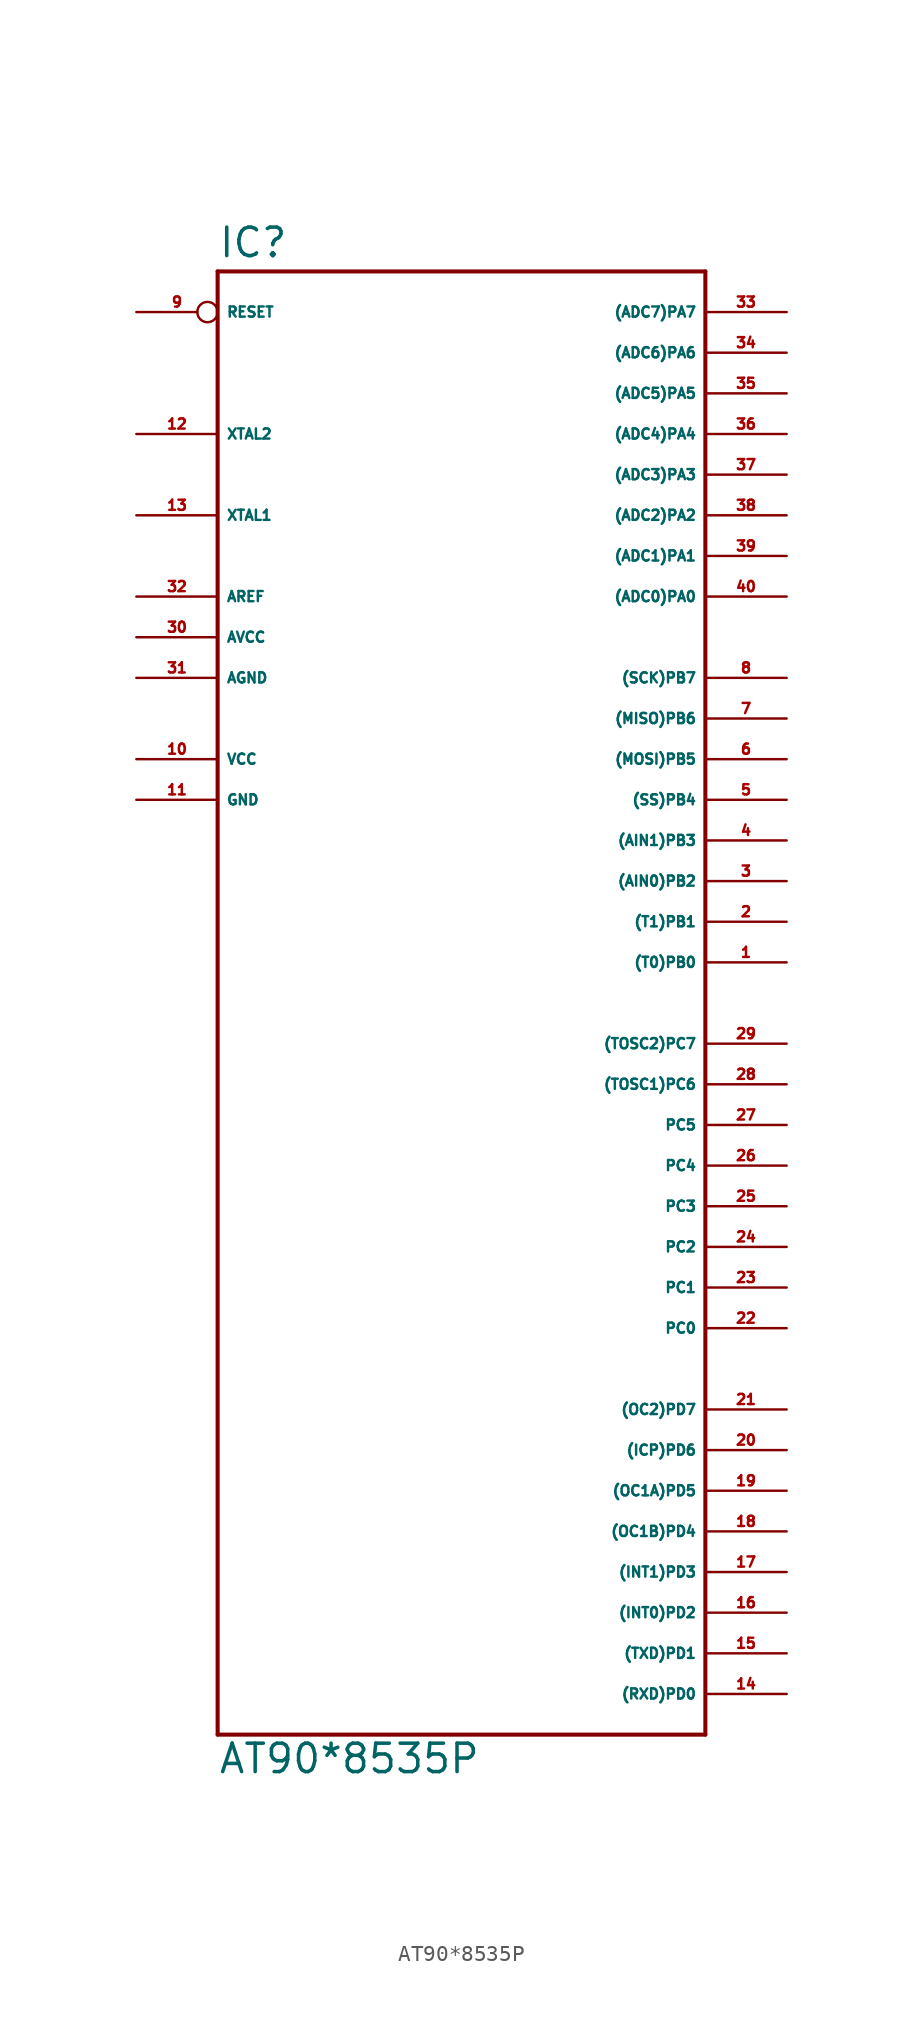
<source format=kicad_sym>
(kicad_symbol_lib
  (version 20220914)
  (generator Eagle2Kicad)
  (symbol "AT90*8535P"
    (property "Reference" "IC"
      (at -15.24 46.482 0)
      (effects (font (size 1.778 1.778) (thickness 0.22)) (justify left bottom)))
    (property "Value" "AT90*8535P"
      (at -15.24 -48.26 0)
      (effects (font (size 1.778 1.778) (thickness 0.22)) (justify left bottom)))
    (polyline
      (pts (xy -15.24 45.72) (xy 15.24 45.72))
      (stroke (width 0.254) (type default))
      (fill (type none)))
    (polyline
      (pts (xy 15.24 45.72) (xy 15.24 -45.72))
      (stroke (width 0.254) (type default))
      (fill (type none)))
    (polyline
      (pts (xy 15.24 -45.72) (xy -15.24 -45.72))
      (stroke (width 0.254) (type default))
      (fill (type none)))
    (polyline
      (pts (xy -15.24 -45.72) (xy -15.24 45.72))
      (stroke (width 0.254) (type default))
      (fill (type none)))
    (pin bidirectional line
      (at 20.32 43.18 180)
      (length 5.08)
      (name "(ADC7)PA7" (effects (font (size 0.635 0.635) (thickness 0.08)) (justify left bottom)))
      (number "33" (effects (font (size 0.635 0.635) (thickness 0.08)) (justify left bottom))))
    (pin bidirectional line
      (at 20.32 40.64 180)
      (length 5.08)
      (name "(ADC6)PA6" (effects (font (size 0.635 0.635) (thickness 0.08)) (justify left bottom)))
      (number "34" (effects (font (size 0.635 0.635) (thickness 0.08)) (justify left bottom))))
    (pin bidirectional line
      (at 20.32 38.1 180)
      (length 5.08)
      (name "(ADC5)PA5" (effects (font (size 0.635 0.635) (thickness 0.08)) (justify left bottom)))
      (number "35" (effects (font (size 0.635 0.635) (thickness 0.08)) (justify left bottom))))
    (pin bidirectional line
      (at 20.32 35.56 180)
      (length 5.08)
      (name "(ADC4)PA4" (effects (font (size 0.635 0.635) (thickness 0.08)) (justify left bottom)))
      (number "36" (effects (font (size 0.635 0.635) (thickness 0.08)) (justify left bottom))))
    (pin bidirectional line
      (at 20.32 33.02 180)
      (length 5.08)
      (name "(ADC3)PA3" (effects (font (size 0.635 0.635) (thickness 0.08)) (justify left bottom)))
      (number "37" (effects (font (size 0.635 0.635) (thickness 0.08)) (justify left bottom))))
    (pin bidirectional line
      (at 20.32 30.48 180)
      (length 5.08)
      (name "(ADC2)PA2" (effects (font (size 0.635 0.635) (thickness 0.08)) (justify left bottom)))
      (number "38" (effects (font (size 0.635 0.635) (thickness 0.08)) (justify left bottom))))
    (pin bidirectional line
      (at 20.32 27.94 180)
      (length 5.08)
      (name "(ADC1)PA1" (effects (font (size 0.635 0.635) (thickness 0.08)) (justify left bottom)))
      (number "39" (effects (font (size 0.635 0.635) (thickness 0.08)) (justify left bottom))))
    (pin bidirectional line
      (at 20.32 25.4 180)
      (length 5.08)
      (name "(ADC0)PA0" (effects (font (size 0.635 0.635) (thickness 0.08)) (justify left bottom)))
      (number "40" (effects (font (size 0.635 0.635) (thickness 0.08)) (justify left bottom))))
    (pin bidirectional line
      (at 20.32 20.32 180)
      (length 5.08)
      (name "(SCK)PB7" (effects (font (size 0.635 0.635) (thickness 0.08)) (justify left bottom)))
      (number "8" (effects (font (size 0.635 0.635) (thickness 0.08)) (justify left bottom))))
    (pin bidirectional line
      (at 20.32 17.78 180)
      (length 5.08)
      (name "(MISO)PB6" (effects (font (size 0.635 0.635) (thickness 0.08)) (justify left bottom)))
      (number "7" (effects (font (size 0.635 0.635) (thickness 0.08)) (justify left bottom))))
    (pin bidirectional line
      (at 20.32 15.24 180)
      (length 5.08)
      (name "(MOSI)PB5" (effects (font (size 0.635 0.635) (thickness 0.08)) (justify left bottom)))
      (number "6" (effects (font (size 0.635 0.635) (thickness 0.08)) (justify left bottom))))
    (pin bidirectional line
      (at 20.32 12.7 180)
      (length 5.08)
      (name "(SS)PB4" (effects (font (size 0.635 0.635) (thickness 0.08)) (justify left bottom)))
      (number "5" (effects (font (size 0.635 0.635) (thickness 0.08)) (justify left bottom))))
    (pin bidirectional line
      (at 20.32 10.16 180)
      (length 5.08)
      (name "(AIN1)PB3" (effects (font (size 0.635 0.635) (thickness 0.08)) (justify left bottom)))
      (number "4" (effects (font (size 0.635 0.635) (thickness 0.08)) (justify left bottom))))
    (pin bidirectional line
      (at 20.32 7.62 180)
      (length 5.08)
      (name "(AIN0)PB2" (effects (font (size 0.635 0.635) (thickness 0.08)) (justify left bottom)))
      (number "3" (effects (font (size 0.635 0.635) (thickness 0.08)) (justify left bottom))))
    (pin bidirectional line
      (at 20.32 5.08 180)
      (length 5.08)
      (name "(T1)PB1" (effects (font (size 0.635 0.635) (thickness 0.08)) (justify left bottom)))
      (number "2" (effects (font (size 0.635 0.635) (thickness 0.08)) (justify left bottom))))
    (pin bidirectional line
      (at 20.32 2.54 180)
      (length 5.08)
      (name "(T0)PB0" (effects (font (size 0.635 0.635) (thickness 0.08)) (justify left bottom)))
      (number "1" (effects (font (size 0.635 0.635) (thickness 0.08)) (justify left bottom))))
    (pin bidirectional line
      (at 20.32 -2.54 180)
      (length 5.08)
      (name "(TOSC2)PC7" (effects (font (size 0.635 0.635) (thickness 0.08)) (justify left bottom)))
      (number "29" (effects (font (size 0.635 0.635) (thickness 0.08)) (justify left bottom))))
    (pin bidirectional line
      (at 20.32 -5.08 180)
      (length 5.08)
      (name "(TOSC1)PC6" (effects (font (size 0.635 0.635) (thickness 0.08)) (justify left bottom)))
      (number "28" (effects (font (size 0.635 0.635) (thickness 0.08)) (justify left bottom))))
    (pin bidirectional line
      (at 20.32 -7.62 180)
      (length 5.08)
      (name "PC5" (effects (font (size 0.635 0.635) (thickness 0.08)) (justify left bottom)))
      (number "27" (effects (font (size 0.635 0.635) (thickness 0.08)) (justify left bottom))))
    (pin bidirectional line
      (at 20.32 -10.16 180)
      (length 5.08)
      (name "PC4" (effects (font (size 0.635 0.635) (thickness 0.08)) (justify left bottom)))
      (number "26" (effects (font (size 0.635 0.635) (thickness 0.08)) (justify left bottom))))
    (pin bidirectional line
      (at 20.32 -12.7 180)
      (length 5.08)
      (name "PC3" (effects (font (size 0.635 0.635) (thickness 0.08)) (justify left bottom)))
      (number "25" (effects (font (size 0.635 0.635) (thickness 0.08)) (justify left bottom))))
    (pin bidirectional line
      (at 20.32 -15.24 180)
      (length 5.08)
      (name "PC2" (effects (font (size 0.635 0.635) (thickness 0.08)) (justify left bottom)))
      (number "24" (effects (font (size 0.635 0.635) (thickness 0.08)) (justify left bottom))))
    (pin bidirectional line
      (at 20.32 -17.78 180)
      (length 5.08)
      (name "PC1" (effects (font (size 0.635 0.635) (thickness 0.08)) (justify left bottom)))
      (number "23" (effects (font (size 0.635 0.635) (thickness 0.08)) (justify left bottom))))
    (pin bidirectional line
      (at 20.32 -20.32 180)
      (length 5.08)
      (name "PC0" (effects (font (size 0.635 0.635) (thickness 0.08)) (justify left bottom)))
      (number "22" (effects (font (size 0.635 0.635) (thickness 0.08)) (justify left bottom))))
    (pin unspecified line
      (at -20.32 20.32 0)
      (length 5.08)
      (name "AGND" (effects (font (size 0.635 0.635) (thickness 0.08)) (justify left bottom)))
      (number "31" (effects (font (size 0.635 0.635) (thickness 0.08)) (justify left bottom))))
    (pin unspecified line
      (at -20.32 22.86 0)
      (length 5.08)
      (name "AVCC" (effects (font (size 0.635 0.635) (thickness 0.08)) (justify left bottom)))
      (number "30" (effects (font (size 0.635 0.635) (thickness 0.08)) (justify left bottom))))
    (pin passive line
      (at -20.32 25.4 0)
      (length 5.08)
      (name "AREF" (effects (font (size 0.635 0.635) (thickness 0.08)) (justify left bottom)))
      (number "32" (effects (font (size 0.635 0.635) (thickness 0.08)) (justify left bottom))))
    (pin bidirectional line
      (at -20.32 30.48 0)
      (length 5.08)
      (name "XTAL1" (effects (font (size 0.635 0.635) (thickness 0.08)) (justify left bottom)))
      (number "13" (effects (font (size 0.635 0.635) (thickness 0.08)) (justify left bottom))))
    (pin bidirectional line
      (at -20.32 35.56 0)
      (length 5.08)
      (name "XTAL2" (effects (font (size 0.635 0.635) (thickness 0.08)) (justify left bottom)))
      (number "12" (effects (font (size 0.635 0.635) (thickness 0.08)) (justify left bottom))))
    (pin unspecified line
      (at -20.32 15.24 0)
      (length 5.08)
      (name "VCC" (effects (font (size 0.635 0.635) (thickness 0.08)) (justify left bottom)))
      (number "10" (effects (font (size 0.635 0.635) (thickness 0.08)) (justify left bottom))))
    (pin unspecified line
      (at -20.32 12.7 0)
      (length 5.08)
      (name "GND" (effects (font (size 0.635 0.635) (thickness 0.08)) (justify left bottom)))
      (number "11" (effects (font (size 0.635 0.635) (thickness 0.08)) (justify left bottom))))
    (pin input inverted
      (at -20.32 43.18 0)
      (length 5.08)
      (name "RESET" (effects (font (size 0.635 0.635) (thickness 0.08)) (justify left bottom)))
      (number "9" (effects (font (size 0.635 0.635) (thickness 0.08)) (justify left bottom))))
    (pin bidirectional line
      (at 20.32 -43.18 180)
      (length 5.08)
      (name "(RXD)PD0" (effects (font (size 0.635 0.635) (thickness 0.08)) (justify left bottom)))
      (number "14" (effects (font (size 0.635 0.635) (thickness 0.08)) (justify left bottom))))
    (pin bidirectional line
      (at 20.32 -40.64 180)
      (length 5.08)
      (name "(TXD)PD1" (effects (font (size 0.635 0.635) (thickness 0.08)) (justify left bottom)))
      (number "15" (effects (font (size 0.635 0.635) (thickness 0.08)) (justify left bottom))))
    (pin bidirectional line
      (at 20.32 -38.1 180)
      (length 5.08)
      (name "(INT0)PD2" (effects (font (size 0.635 0.635) (thickness 0.08)) (justify left bottom)))
      (number "16" (effects (font (size 0.635 0.635) (thickness 0.08)) (justify left bottom))))
    (pin bidirectional line
      (at 20.32 -35.56 180)
      (length 5.08)
      (name "(INT1)PD3" (effects (font (size 0.635 0.635) (thickness 0.08)) (justify left bottom)))
      (number "17" (effects (font (size 0.635 0.635) (thickness 0.08)) (justify left bottom))))
    (pin bidirectional line
      (at 20.32 -33.02 180)
      (length 5.08)
      (name "(OC1B)PD4" (effects (font (size 0.635 0.635) (thickness 0.08)) (justify left bottom)))
      (number "18" (effects (font (size 0.635 0.635) (thickness 0.08)) (justify left bottom))))
    (pin bidirectional line
      (at 20.32 -30.48 180)
      (length 5.08)
      (name "(OC1A)PD5" (effects (font (size 0.635 0.635) (thickness 0.08)) (justify left bottom)))
      (number "19" (effects (font (size 0.635 0.635) (thickness 0.08)) (justify left bottom))))
    (pin bidirectional line
      (at 20.32 -27.94 180)
      (length 5.08)
      (name "(ICP)PD6" (effects (font (size 0.635 0.635) (thickness 0.08)) (justify left bottom)))
      (number "20" (effects (font (size 0.635 0.635) (thickness 0.08)) (justify left bottom))))
    (pin bidirectional line
      (at 20.32 -25.4 180)
      (length 5.08)
      (name "(OC2)PD7" (effects (font (size 0.635 0.635) (thickness 0.08)) (justify left bottom)))
      (number "21" (effects (font (size 0.635 0.635) (thickness 0.08)) (justify left bottom))))))
</source>
